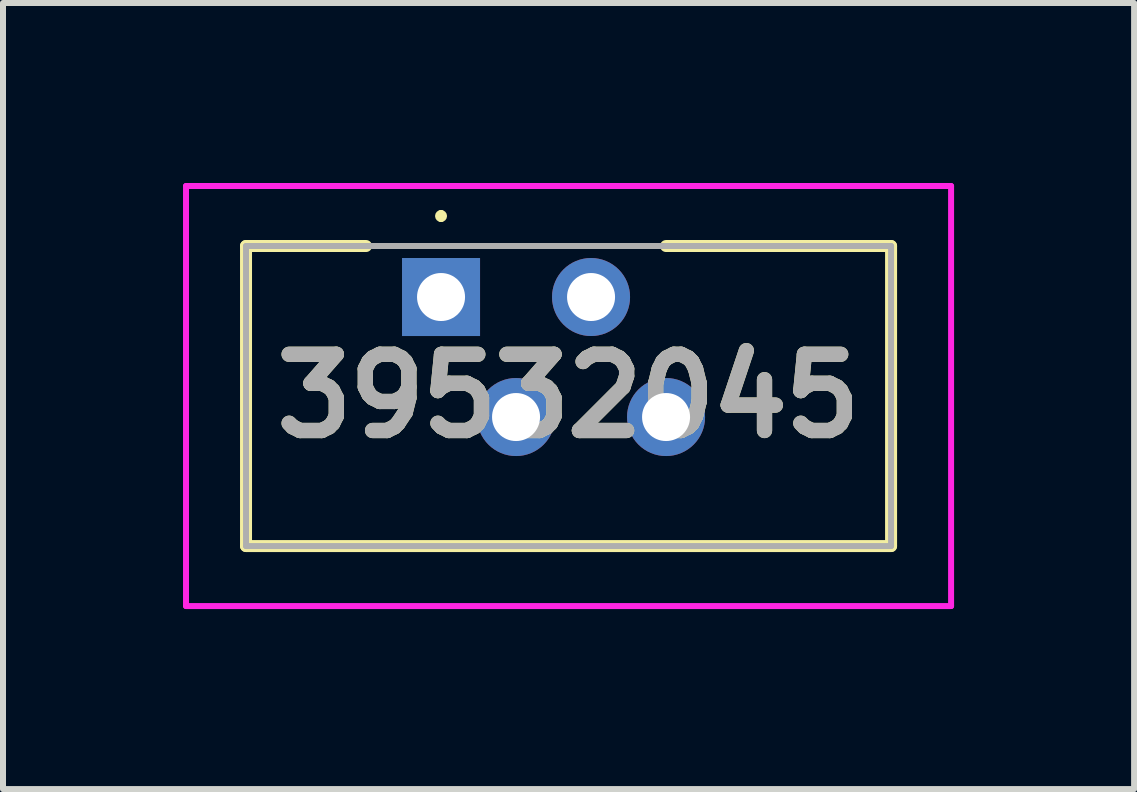
<source format=kicad_pcb>
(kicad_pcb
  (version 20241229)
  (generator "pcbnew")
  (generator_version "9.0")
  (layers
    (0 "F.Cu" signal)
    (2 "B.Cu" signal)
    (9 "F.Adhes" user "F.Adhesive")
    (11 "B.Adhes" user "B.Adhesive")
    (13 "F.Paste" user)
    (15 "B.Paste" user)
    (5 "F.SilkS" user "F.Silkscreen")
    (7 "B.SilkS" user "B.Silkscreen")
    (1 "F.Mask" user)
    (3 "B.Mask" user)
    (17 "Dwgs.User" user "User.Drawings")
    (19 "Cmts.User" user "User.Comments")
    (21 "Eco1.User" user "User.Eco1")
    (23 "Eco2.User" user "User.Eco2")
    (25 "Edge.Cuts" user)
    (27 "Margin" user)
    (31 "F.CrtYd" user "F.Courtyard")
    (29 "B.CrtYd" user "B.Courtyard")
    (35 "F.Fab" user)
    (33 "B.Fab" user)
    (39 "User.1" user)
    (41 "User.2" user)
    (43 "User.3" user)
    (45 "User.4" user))
  (footprint "39532045"
    (layer "F.Cu")
    (at 4.3 1.9)
    (property "Reference" "39532045" (at 2.125 1.65 0) (layer "F.SilkS") (effects (font (size 1.27 1.27) (thickness 0.254))))
    (attr through_hole)
    (fp_line (start -3.25 -0.85) (end -3.25 4.15) (stroke (width 0.2) (type solid)) (layer "F.SilkS"))
    (fp_line (start -3.25 4.15) (end 7.5 4.15) (stroke (width 0.2) (type solid)) (layer "F.SilkS"))
    (fp_line (start -1.25 -0.85) (end -3.25 -0.85) (stroke (width 0.2) (type solid)) (layer "F.SilkS"))
    (fp_line (start 0 -1.4) (end 0 -1.4) (stroke (width 0.1) (type solid)) (layer "F.SilkS"))
    (fp_line (start 0 -1.3) (end 0 -1.3) (stroke (width 0.1) (type solid)) (layer "F.SilkS"))
    (fp_line (start 7.5 -0.85) (end 3.75 -0.85) (stroke (width 0.2) (type solid)) (layer "F.SilkS"))
    (fp_line (start 7.5 4.15) (end 7.5 -0.85) (stroke (width 0.2) (type solid)) (layer "F.SilkS"))
    (fp_arc (start 0 -1.4) (mid 0.05 -1.35) (end 0 -1.3) (stroke (width 0.1) (type solid)) (layer "F.SilkS"))
    (fp_arc (start 0 -1.3) (mid -0.05 -1.35) (end 0 -1.4) (stroke (width 0.1) (type solid)) (layer "F.SilkS"))
    (fp_line (start -4.25 -1.85) (end 8.5 -1.85) (stroke (width 0.1) (type solid)) (layer "F.CrtYd"))
    (fp_line (start -4.25 5.15) (end -4.25 -1.85) (stroke (width 0.1) (type solid)) (layer "F.CrtYd"))
    (fp_line (start 8.5 -1.85) (end 8.5 5.15) (stroke (width 0.1) (type solid)) (layer "F.CrtYd"))
    (fp_line (start 8.5 5.15) (end -4.25 5.15) (stroke (width 0.1) (type solid)) (layer "F.CrtYd"))
    (fp_line (start -3.25 -0.85) (end 7.5 -0.85) (stroke (width 0.1) (type solid)) (layer "F.Fab"))
    (fp_line (start -3.25 4.15) (end -3.25 -0.85) (stroke (width 0.1) (type solid)) (layer "F.Fab"))
    (fp_line (start 7.5 -0.85) (end 7.5 4.15) (stroke (width 0.1) (type solid)) (layer "F.Fab"))
    (fp_line (start 7.5 4.15) (end -3.25 4.15) (stroke (width 0.1) (type solid)) (layer "F.Fab"))
    (fp_text user "${REFERENCE}" (at 2.125 1.65 0) (layer "F.Fab") (effects (font (size 1.27 1.27) (thickness 0.254))))
    (pad "1" thru_hole rect (at 0 0) (size 1.3 1.3) (drill 0.8) (layers "*.Cu" "*.Mask"))
    (pad "2" thru_hole circle (at 1.25 2) (size 1.3 1.3) (drill 0.8) (layers "*.Cu" "*.Mask"))
    (pad "3" thru_hole circle (at 2.5 0) (size 1.3 1.3) (drill 0.8) (layers "*.Cu" "*.Mask"))
    (pad "4" thru_hole circle (at 3.75 2) (size 1.3 1.3) (drill 0.8) (layers "*.Cu" "*.Mask")))
  (gr_rect
    (start -3 -3)
    (end 15.85 10.1)
    (stroke (width 0.1) (type default))
    (fill no)
    (layer "Edge.Cuts")))
</source>
